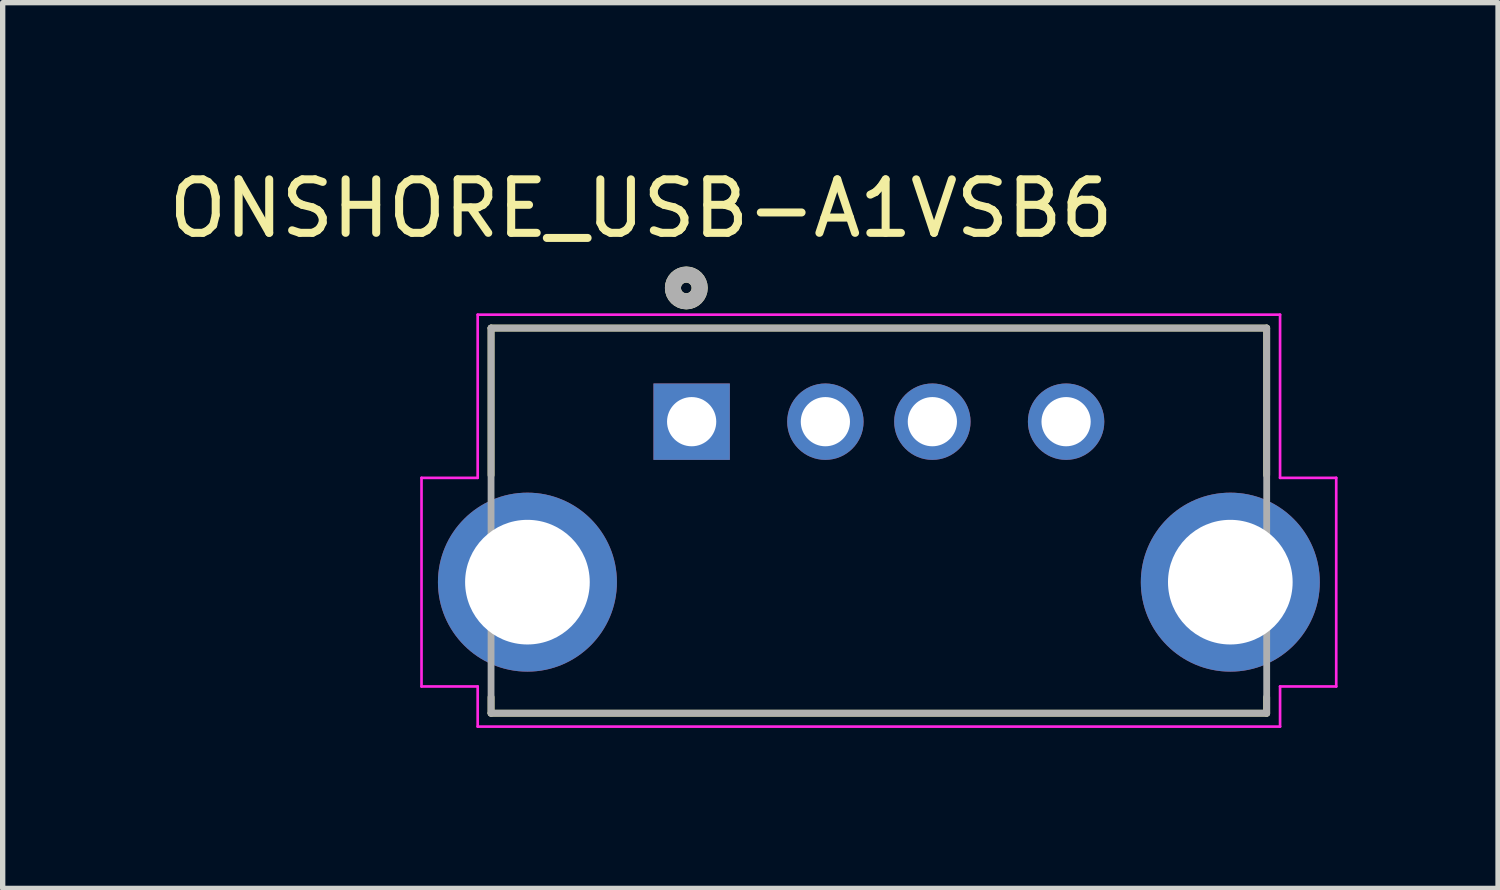
<source format=kicad_pcb>
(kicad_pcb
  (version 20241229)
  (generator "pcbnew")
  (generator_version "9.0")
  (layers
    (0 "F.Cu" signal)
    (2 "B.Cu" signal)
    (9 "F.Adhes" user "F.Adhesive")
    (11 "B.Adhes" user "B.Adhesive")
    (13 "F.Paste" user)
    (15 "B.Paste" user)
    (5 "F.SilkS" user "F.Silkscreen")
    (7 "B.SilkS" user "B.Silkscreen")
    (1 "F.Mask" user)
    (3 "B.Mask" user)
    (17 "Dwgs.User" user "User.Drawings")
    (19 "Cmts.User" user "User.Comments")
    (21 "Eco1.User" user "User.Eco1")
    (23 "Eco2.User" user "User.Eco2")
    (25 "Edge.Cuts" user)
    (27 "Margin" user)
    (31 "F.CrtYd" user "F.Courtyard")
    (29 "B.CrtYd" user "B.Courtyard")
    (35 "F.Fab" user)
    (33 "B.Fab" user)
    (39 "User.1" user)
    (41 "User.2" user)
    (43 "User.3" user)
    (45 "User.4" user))
  (footprint "ONSHORE_USB-A1VSB6"
    (layer "F.Cu")
    (at 13.38 7.833)
    (property "Reference" "ONSHORE_USB-A1VSB6" (at -4.445 -6.985 0) (layer "F.SilkS") (effects (font (size 1 1) (thickness 0.15))))
    (attr through_hole)
    (fp_line (start -7.25 -4.75) (end 7.25 -4.75) (stroke (width 0.127) (type solid)) (layer "F.SilkS"))
    (fp_line (start -7.25 -2) (end -7.25 -4.75) (stroke (width 0.127) (type solid)) (layer "F.SilkS"))
    (fp_line (start -7.25 2.45) (end -7.25 2.15) (stroke (width 0.127) (type solid)) (layer "F.SilkS"))
    (fp_line (start 7.25 -4.75) (end 7.25 -2) (stroke (width 0.127) (type solid)) (layer "F.SilkS"))
    (fp_line (start 7.25 2.15) (end 7.25 2.45) (stroke (width 0.127) (type solid)) (layer "F.SilkS"))
    (fp_line (start 7.25 2.45) (end -7.25 2.45) (stroke (width 0.127) (type solid)) (layer "F.SilkS"))
    (fp_circle (center -3.6 -5.5) (end -3.5 -5.5) (stroke (width 0.3) (type solid)) (fill no) (layer "F.SilkS"))
    (fp_line (start -8.55 -1.95) (end -7.5 -1.95) (stroke (width 0.05) (type solid)) (layer "F.CrtYd"))
    (fp_line (start -8.55 1.95) (end -8.55 -1.95) (stroke (width 0.05) (type solid)) (layer "F.CrtYd"))
    (fp_line (start -7.5 -5) (end 7.5 -5) (stroke (width 0.05) (type solid)) (layer "F.CrtYd"))
    (fp_line (start -7.5 -1.95) (end -7.5 -5) (stroke (width 0.05) (type solid)) (layer "F.CrtYd"))
    (fp_line (start -7.5 1.95) (end -8.55 1.95) (stroke (width 0.05) (type solid)) (layer "F.CrtYd"))
    (fp_line (start -7.5 2.7) (end -7.5 1.95) (stroke (width 0.05) (type solid)) (layer "F.CrtYd"))
    (fp_line (start 7.5 -5) (end 7.5 -1.95) (stroke (width 0.05) (type solid)) (layer "F.CrtYd"))
    (fp_line (start 7.5 -1.95) (end 8.55 -1.95) (stroke (width 0.05) (type solid)) (layer "F.CrtYd"))
    (fp_line (start 7.5 1.95) (end 7.5 2.7) (stroke (width 0.05) (type solid)) (layer "F.CrtYd"))
    (fp_line (start 7.5 2.7) (end -7.5 2.7) (stroke (width 0.05) (type solid)) (layer "F.CrtYd"))
    (fp_line (start 8.55 -1.95) (end 8.55 1.95) (stroke (width 0.05) (type solid)) (layer "F.CrtYd"))
    (fp_line (start 8.55 1.95) (end 7.5 1.95) (stroke (width 0.05) (type solid)) (layer "F.CrtYd"))
    (fp_line (start -7.25 -4.75) (end 7.25 -4.75) (stroke (width 0.127) (type solid)) (layer "F.Fab"))
    (fp_line (start -7.25 2.45) (end -7.25 -4.75) (stroke (width 0.127) (type solid)) (layer "F.Fab"))
    (fp_line (start 7.25 -4.75) (end 7.25 2.45) (stroke (width 0.127) (type solid)) (layer "F.Fab"))
    (fp_line (start 7.25 2.45) (end -7.25 2.45) (stroke (width 0.127) (type solid)) (layer "F.Fab"))
    (fp_circle (center -3.6 -5.5) (end -3.5 -5.5) (stroke (width 0.3) (type solid)) (fill no) (layer "F.Fab"))
    (pad "1" thru_hole rect (at -3.5 -3) (size 1.428 1.428) (drill 0.92) (layers "*.Cu" "*.Mask"))
    (pad "2" thru_hole circle (at -1 -3) (size 1.428 1.428) (drill 0.92) (layers "*.Cu" "*.Mask"))
    (pad "3" thru_hole circle (at 1 -3) (size 1.428 1.428) (drill 0.92) (layers "*.Cu" "*.Mask"))
    (pad "4" thru_hole circle (at 3.5 -3) (size 1.428 1.428) (drill 0.92) (layers "*.Cu" "*.Mask"))
    (pad "S1" thru_hole circle (at -6.57 0) (size 3.346 3.346) (drill 2.33) (layers "*.Cu" "*.Mask"))
    (pad "S2" thru_hole circle (at 6.57 0) (size 3.346 3.346) (drill 2.33) (layers "*.Cu" "*.Mask")))
  (gr_rect
    (start -3 -3)
    (end 24.955 13.558)
    (stroke (width 0.1) (type default))
    (fill no)
    (layer "Edge.Cuts")))
</source>
